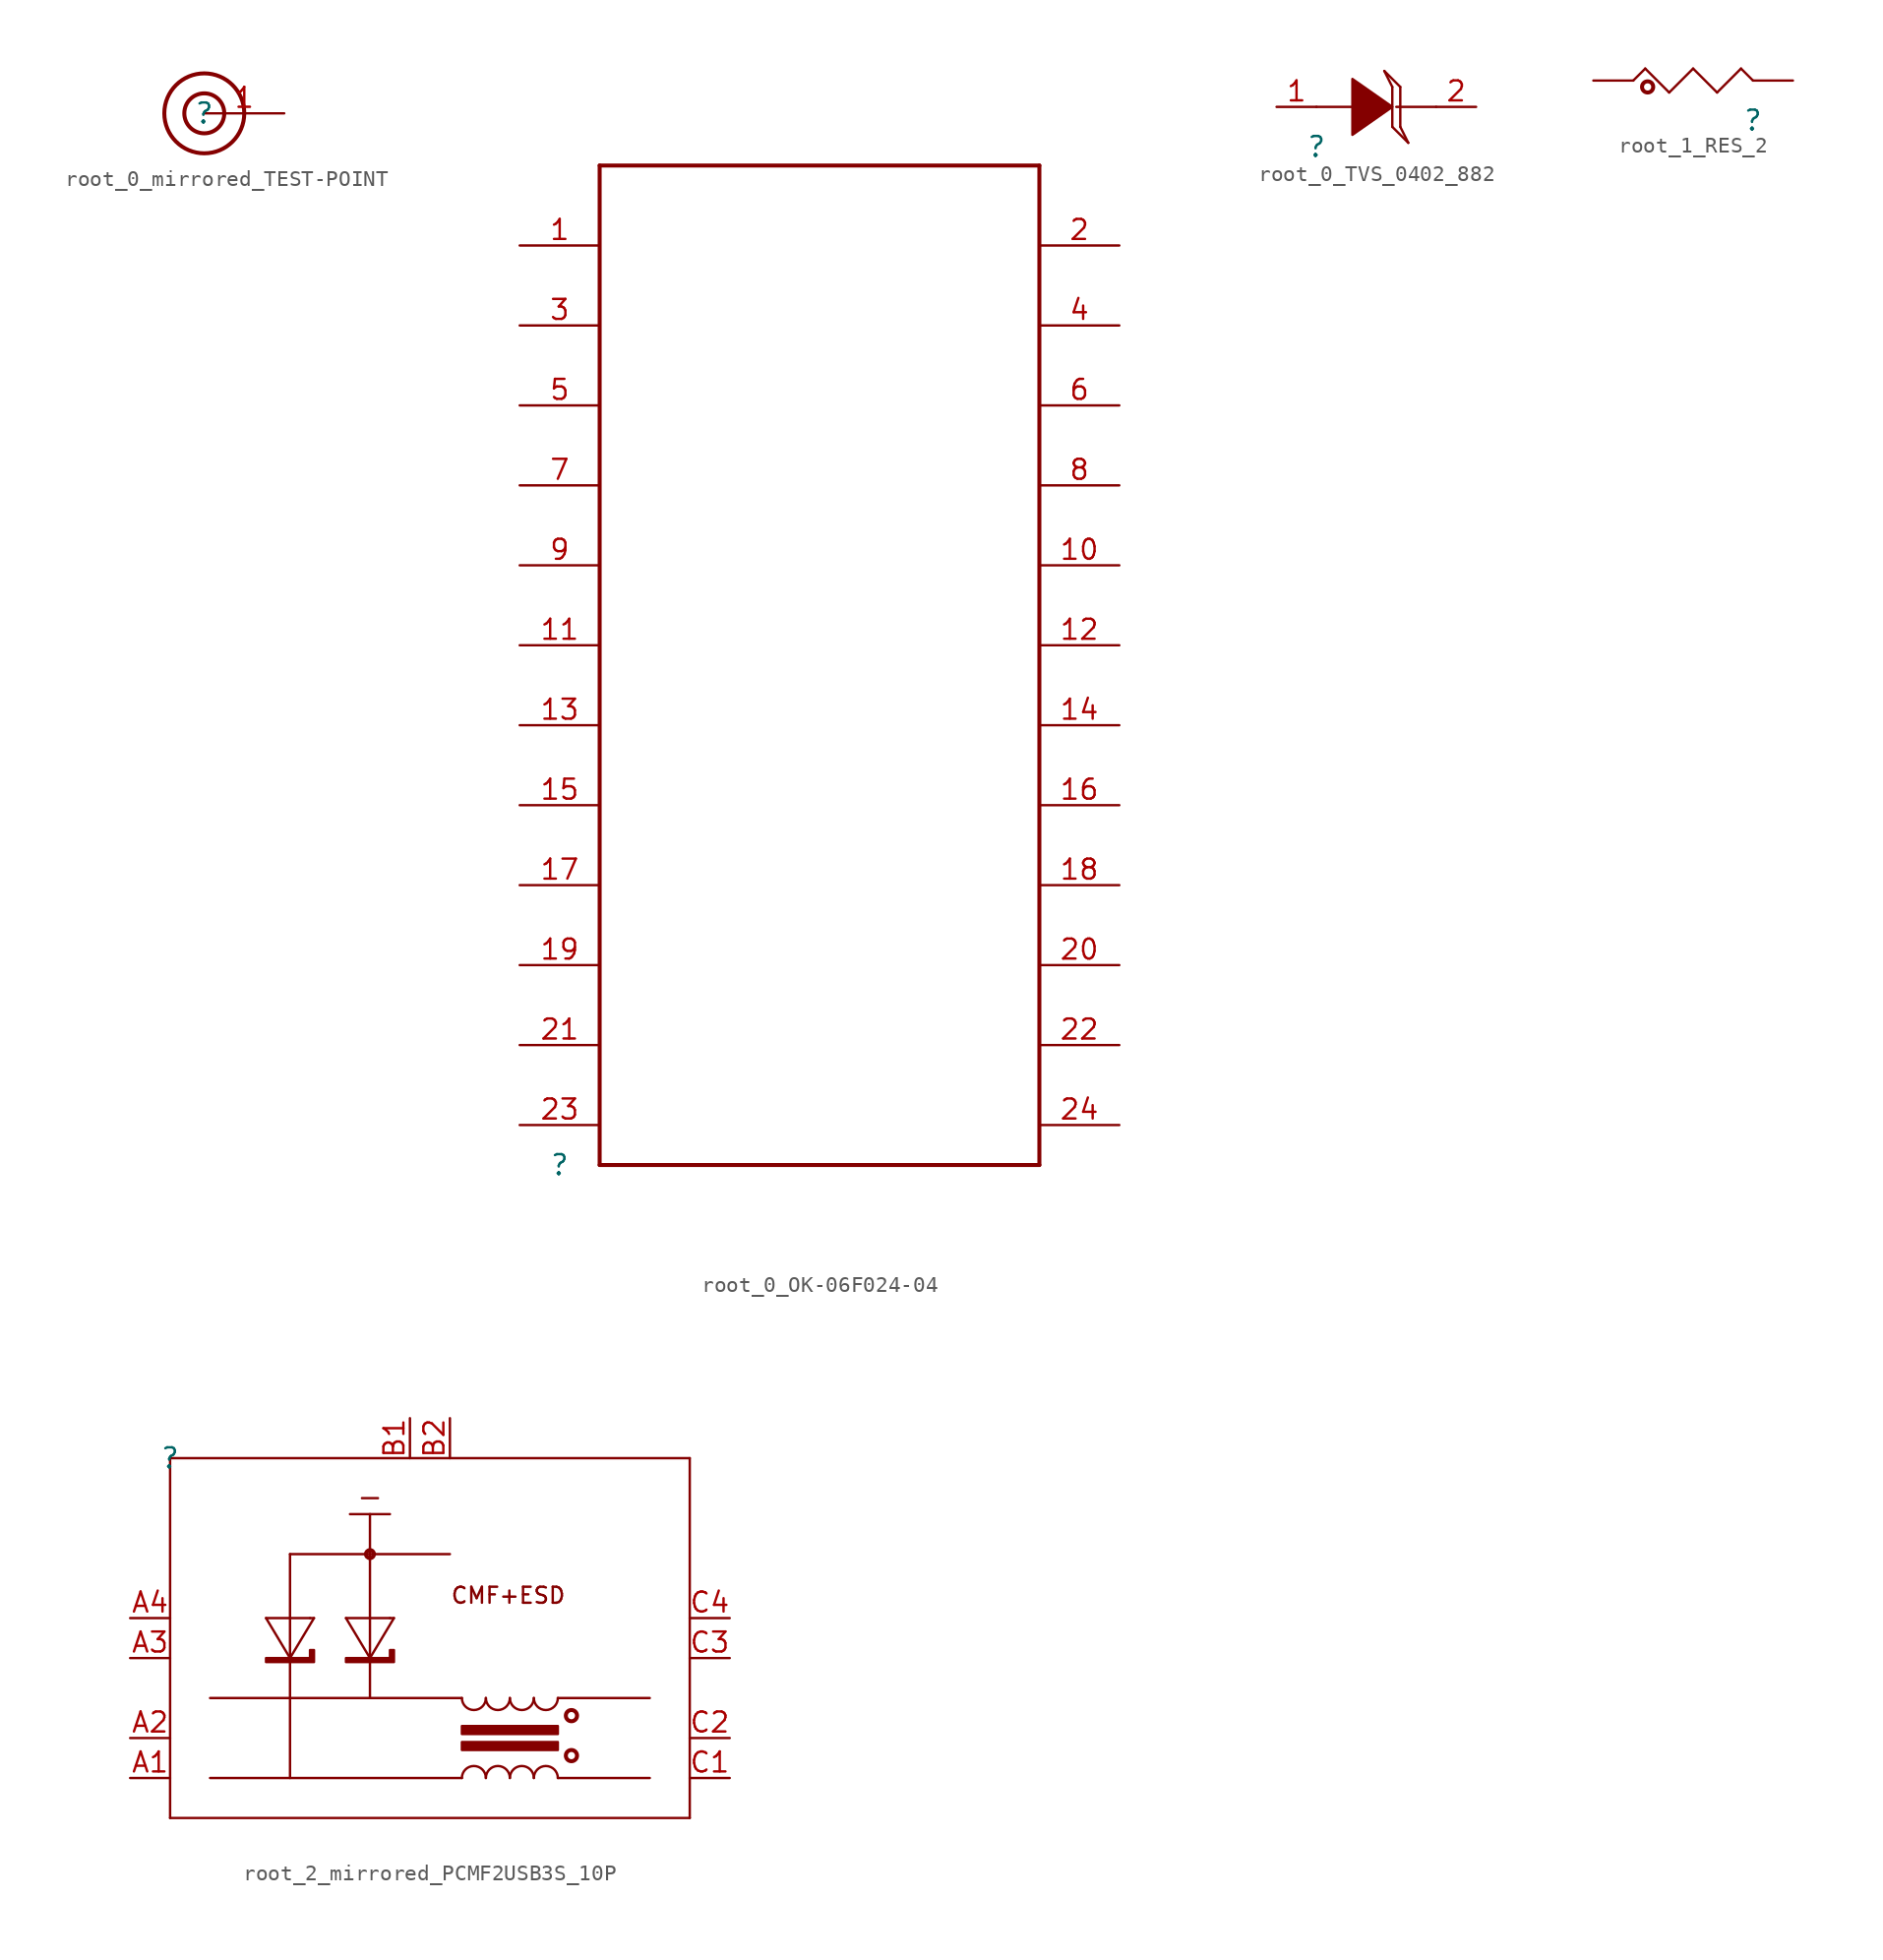
<source format=kicad_sym>
(kicad_symbol_lib
  (version 20220914)
  (generator kicad_symbol_editor)
  (symbol "root_0_mirrored_TEST-POINT"
    (property "Reference" ""
      (at 0 0 0)
      (effects (font (size 1.27 1.27))))
    (property "Value" ""
      (at 0 0 0)
      (effects (font (size 1.27 1.27))))
    (symbol "root_0_mirrored_TEST-POINT_1_0"
      (circle (center 0 0) (radius 1.27) (stroke (width 0.254) (type solid)) (fill (type none)))
      (circle (center 0 0) (radius 2.54) (stroke (width 0.254) (type solid)) (fill (type none)))
      (pin passive line (at 5.08 0 180) (length 5.08) (name "1" (effects (font (size 0 0)))) (number "1" (effects (font (size 1.27 1.27)))))))
  (symbol "root_0_OK-06F024-04"
    (property "Reference" ""
      (at 0 0 0)
      (effects (font (size 1.27 1.27))))
    (property "Value" ""
      (at 0 0 0)
      (effects (font (size 1.27 1.27))))
    (symbol "root_0_OK-06F024-04_1_0"
      (polyline (pts (xy 2.54 0) (xy 30.48 0)) (stroke (width 0.254) (type solid)) (fill (type none)))
      (polyline (pts (xy 2.54 63.5) (xy 2.54 0)) (stroke (width 0.254) (type solid)) (fill (type none)))
      (polyline (pts (xy 30.48 0) (xy 30.48 63.5)) (stroke (width 0.254) (type solid)) (fill (type none)))
      (polyline (pts (xy 30.48 63.5) (xy 2.54 63.5)) (stroke (width 0.254) (type solid)) (fill (type none)))
      (pin passive line (at -2.54 58.42 0) (length 5.08) (name "1" (effects (font (size 0 0)))) (number "1" (effects (font (size 1.27 1.27)))))
      (pin passive line (at 35.56 38.1 180) (length 5.08) (name "10" (effects (font (size 0 0)))) (number "10" (effects (font (size 1.27 1.27)))))
      (pin passive line (at -2.54 33.02 0) (length 5.08) (name "11" (effects (font (size 0 0)))) (number "11" (effects (font (size 1.27 1.27)))))
      (pin passive line (at 35.56 33.02 180) (length 5.08) (name "12" (effects (font (size 0 0)))) (number "12" (effects (font (size 1.27 1.27)))))
      (pin passive line (at -2.54 27.94 0) (length 5.08) (name "13" (effects (font (size 0 0)))) (number "13" (effects (font (size 1.27 1.27)))))
      (pin passive line (at 35.56 27.94 180) (length 5.08) (name "14" (effects (font (size 0 0)))) (number "14" (effects (font (size 1.27 1.27)))))
      (pin passive line (at -2.54 22.86 0) (length 5.08) (name "15" (effects (font (size 0 0)))) (number "15" (effects (font (size 1.27 1.27)))))
      (pin passive line (at 35.56 22.86 180) (length 5.08) (name "16" (effects (font (size 0 0)))) (number "16" (effects (font (size 1.27 1.27)))))
      (pin passive line (at -2.54 17.78 0) (length 5.08) (name "17" (effects (font (size 0 0)))) (number "17" (effects (font (size 1.27 1.27)))))
      (pin passive line (at 35.56 17.78 180) (length 5.08) (name "18" (effects (font (size 0 0)))) (number "18" (effects (font (size 1.27 1.27)))))
      (pin passive line (at -2.54 12.7 0) (length 5.08) (name "19" (effects (font (size 0 0)))) (number "19" (effects (font (size 1.27 1.27)))))
      (pin passive line (at 35.56 58.42 180) (length 5.08) (name "2" (effects (font (size 0 0)))) (number "2" (effects (font (size 1.27 1.27)))))
      (pin passive line (at 35.56 12.7 180) (length 5.08) (name "20" (effects (font (size 0 0)))) (number "20" (effects (font (size 1.27 1.27)))))
      (pin passive line (at -2.54 7.62 0) (length 5.08) (name "21" (effects (font (size 0 0)))) (number "21" (effects (font (size 1.27 1.27)))))
      (pin passive line (at 35.56 7.62 180) (length 5.08) (name "22" (effects (font (size 0 0)))) (number "22" (effects (font (size 1.27 1.27)))))
      (pin passive line (at -2.54 2.54 0) (length 5.08) (name "23" (effects (font (size 0 0)))) (number "23" (effects (font (size 1.27 1.27)))))
      (pin passive line (at 35.56 2.54 180) (length 5.08) (name "24" (effects (font (size 0 0)))) (number "24" (effects (font (size 1.27 1.27)))))
      (pin passive line (at -2.54 53.34 0) (length 5.08) (name "3" (effects (font (size 0 0)))) (number "3" (effects (font (size 1.27 1.27)))))
      (pin passive line (at 35.56 53.34 180) (length 5.08) (name "4" (effects (font (size 0 0)))) (number "4" (effects (font (size 1.27 1.27)))))
      (pin passive line (at -2.54 48.26 0) (length 5.08) (name "5" (effects (font (size 0 0)))) (number "5" (effects (font (size 1.27 1.27)))))
      (pin passive line (at 35.56 48.26 180) (length 5.08) (name "6" (effects (font (size 0 0)))) (number "6" (effects (font (size 1.27 1.27)))))
      (pin passive line (at -2.54 43.18 0) (length 5.08) (name "7" (effects (font (size 0 0)))) (number "7" (effects (font (size 1.27 1.27)))))
      (pin passive line (at 35.56 43.18 180) (length 5.08) (name "8" (effects (font (size 0 0)))) (number "8" (effects (font (size 1.27 1.27)))))
      (pin passive line (at -2.54 38.1 0) (length 5.08) (name "9" (effects (font (size 0 0)))) (number "9" (effects (font (size 1.27 1.27)))))))
  (symbol "root_0_TVS_0402_882"
    (property "Reference" ""
      (at 0 0 0)
      (effects (font (size 1.27 1.27))))
    (property "Value" ""
      (at 0 0 0)
      (effects (font (size 1.27 1.27))))
    (symbol "root_0_TVS_0402_882_1_0"
      (polyline (pts (xy 0 2.54) (xy 2.54 2.54)) (stroke (width 0) (type solid)) (fill (type none)))
      (polyline (pts (xy 4.826 1.27) (xy 4.826 3.81)) (stroke (width 0) (type solid)) (fill (type none)))
      (polyline (pts (xy 4.826 1.27) (xy 5.842 0.254)) (stroke (width 0) (type solid)) (fill (type none)))
      (polyline (pts (xy 4.826 3.81) (xy 4.318 4.826)) (stroke (width 0) (type solid)) (fill (type none)))
      (polyline (pts (xy 5.08 2.54) (xy 7.62 2.54)) (stroke (width 0) (type solid)) (fill (type none)))
      (polyline (pts (xy 5.334 1.27) (xy 5.334 3.81)) (stroke (width 0) (type solid)) (fill (type none)))
      (polyline (pts (xy 5.334 1.27) (xy 5.842 0.254)) (stroke (width 0) (type solid)) (fill (type none)))
      (polyline (pts (xy 5.334 3.81) (xy 4.318 4.826)) (stroke (width 0) (type solid)) (fill (type none)))
      (polyline (pts (xy 4.826 2.54) (xy 4.826 2.54) (xy 2.286 0.762) (xy 2.286 4.318) (xy 4.826 2.54) (xy 4.826 2.54)) (stroke (width 0) (type solid)) (fill (type outline)))
      (pin passive line (at -2.54 2.54 0) (length 2.54) (name "A1" (effects (font (size 0 0)))) (number "1" (effects (font (size 1.27 1.27)))))
      (pin passive line (at 10.16 2.54 180) (length 2.54) (name "A2" (effects (font (size 0 0)))) (number "2" (effects (font (size 1.27 1.27)))))))
  (symbol "root_1_RES_2"
    (property "Reference" ""
      (at 0 0 0)
      (effects (font (size 1.27 1.27))))
    (property "Value" ""
      (at 0 0 0)
      (effects (font (size 1.27 1.27))))
    (symbol "root_1_RES_2_1_0"
      (circle (center -6.706 2.134) (radius 0.356) (stroke (width 0.254) (type solid)) (fill (type none)))
      (polyline (pts (xy -7.62 2.54) (xy -6.858 3.302)) (stroke (width 0) (type solid)) (fill (type none)))
      (polyline (pts (xy -6.858 3.302) (xy -5.334 1.778)) (stroke (width 0) (type solid)) (fill (type none)))
      (polyline (pts (xy -5.334 1.778) (xy -3.81 3.302)) (stroke (width 0) (type solid)) (fill (type none)))
      (polyline (pts (xy -3.81 3.302) (xy -2.286 1.778)) (stroke (width 0) (type solid)) (fill (type none)))
      (polyline (pts (xy -2.286 1.778) (xy -0.762 3.302)) (stroke (width 0) (type solid)) (fill (type none)))
      (polyline (pts (xy -0.762 3.302) (xy 0 2.54)) (stroke (width 0) (type solid)) (fill (type none)))
      (pin passive line (at -10.16 2.54 0) (length 2.54) (name "1" (effects (font (size 0 0)))) (number "1" (effects (font (size 0 0)))))
      (pin passive line (at 2.54 2.54 180) (length 2.54) (name "2" (effects (font (size 0 0)))) (number "2" (effects (font (size 0 0)))))))
  (symbol "root_2_mirrored_PCMF2USB3S_10P"
    (property "Reference" ""
      (at 0 0 0)
      (effects (font (size 1.27 1.27))))
    (property "Value" ""
      (at 0 0 0)
      (effects (font (size 1.27 1.27))))
    (symbol "root_2_mirrored_PCMF2USB3S_10P_1_0"
      (polyline (pts (xy 0 -22.86) (xy 33.02 -22.86)) (stroke (width 0) (type solid)) (fill (type none)))
      (polyline (pts (xy 0 0) (xy 0 -22.86)) (stroke (width 0) (type solid)) (fill (type none)))
      (polyline (pts (xy 6.096 -10.16) (xy 8.89 -10.16)) (stroke (width 0) (type solid)) (fill (type none)))
      (polyline (pts (xy 7.62 -12.7) (xy 6.096 -10.16)) (stroke (width 0) (type solid)) (fill (type none)))
      (polyline (pts (xy 7.62 -12.7) (xy 7.62 -12.7)) (stroke (width 0) (type solid)) (fill (type none)))
      (polyline (pts (xy 7.62 -6.096) (xy 7.62 -20.32)) (stroke (width 0) (type solid)) (fill (type none)))
      (polyline (pts (xy 7.62 -6.096) (xy 17.78 -6.096)) (stroke (width 0) (type solid)) (fill (type none)))
      (polyline (pts (xy 8.89 -10.16) (xy 9.144 -10.16)) (stroke (width 0) (type solid)) (fill (type none)))
      (polyline (pts (xy 9.144 -10.16) (xy 7.62 -12.7)) (stroke (width 0) (type solid)) (fill (type none)))
      (polyline (pts (xy 11.176 -10.16) (xy 13.97 -10.16)) (stroke (width 0) (type solid)) (fill (type none)))
      (polyline (pts (xy 11.43 -3.556) (xy 13.97 -3.556)) (stroke (width 0) (type solid)) (fill (type none)))
      (polyline (pts (xy 12.192 -2.54) (xy 13.208 -2.54)) (stroke (width 0) (type solid)) (fill (type none)))
      (polyline (pts (xy 12.7 -12.7) (xy 11.176 -10.16)) (stroke (width 0) (type solid)) (fill (type none)))
      (polyline (pts (xy 12.7 -12.7) (xy 12.7 -12.7)) (stroke (width 0) (type solid)) (fill (type none)))
      (polyline (pts (xy 12.7 -3.556) (xy 12.7 -15.24)) (stroke (width 0) (type solid)) (fill (type none)))
      (polyline (pts (xy 13.97 -10.16) (xy 14.224 -10.16)) (stroke (width 0) (type solid)) (fill (type none)))
      (polyline (pts (xy 14.224 -10.16) (xy 12.7 -12.7)) (stroke (width 0) (type solid)) (fill (type none)))
      (polyline (pts (xy 18.542 -20.32) (xy 2.54 -20.32)) (stroke (width 0) (type solid)) (fill (type none)))
      (polyline (pts (xy 18.542 -15.24) (xy 2.54 -15.24)) (stroke (width 0) (type solid)) (fill (type none)))
      (polyline (pts (xy 24.638 -20.32) (xy 30.48 -20.32)) (stroke (width 0) (type solid)) (fill (type none)))
      (polyline (pts (xy 24.638 -15.24) (xy 30.48 -15.24)) (stroke (width 0) (type solid)) (fill (type none)))
      (polyline (pts (xy 33.02 -22.86) (xy 33.02 0)) (stroke (width 0) (type solid)) (fill (type none)))
      (polyline (pts (xy 33.02 0) (xy 0 0)) (stroke (width 0) (type solid)) (fill (type none)))
      (polyline (pts (xy 18.542 -18.034) (xy 18.542 -18.542) (xy 24.638 -18.542) (xy 24.638 -18.034) (xy 18.542 -18.034) (xy 18.542 -18.034)) (stroke (width 0) (type solid)) (fill (type outline)))
      (polyline (pts (xy 18.542 -17.018) (xy 18.542 -17.526) (xy 24.638 -17.526) (xy 24.638 -17.018) (xy 18.542 -17.018) (xy 18.542 -17.018)) (stroke (width 0) (type solid)) (fill (type outline)))
      (polyline (pts (xy 6.096 -12.7) (xy 6.096 -12.7) (xy 8.89 -12.7) (xy 8.89 -12.192) (xy 9.144 -12.192) (xy 9.144 -12.954) (xy 6.096 -12.954) (xy 6.096 -12.7) (xy 6.096 -12.7)) (stroke (width 0) (type solid)) (fill (type outline)))
      (polyline (pts (xy 11.176 -12.7) (xy 11.176 -12.7) (xy 13.97 -12.7) (xy 13.97 -12.192) (xy 14.224 -12.192) (xy 14.224 -12.954) (xy 11.176 -12.954) (xy 11.176 -12.7) (xy 11.176 -12.7)) (stroke (width 0) (type solid)) (fill (type outline)))
      (circle (center 12.7 -6.096) (radius 0.254) (stroke (width 0.254) (type solid)) (fill (type none)))
      (arc (start 18.542 -15.24) (mid 19.304 -16.002) (end 20.066 -15.24) (stroke (width 0) (type solid)) (fill (type none)))
      (arc (start 20.066 -20.32) (mid 19.304 -19.558) (end 18.542 -20.32) (stroke (width 0) (type solid)) (fill (type none)))
      (arc (start 20.066 -15.24) (mid 20.828 -16.002) (end 21.59 -15.24) (stroke (width 0) (type solid)) (fill (type none)))
      (arc (start 21.59 -20.32) (mid 20.828 -19.558) (end 20.066 -20.32) (stroke (width 0) (type solid)) (fill (type none)))
      (arc (start 21.59 -15.24) (mid 22.352 -16.002) (end 23.114 -15.24) (stroke (width 0) (type solid)) (fill (type none)))
      (arc (start 23.114 -20.32) (mid 22.352 -19.558) (end 21.59 -20.32) (stroke (width 0) (type solid)) (fill (type none)))
      (arc (start 23.114 -15.24) (mid 23.876 -16.002) (end 24.638 -15.24) (stroke (width 0) (type solid)) (fill (type none)))
      (arc (start 24.638 -20.32) (mid 23.876 -19.558) (end 23.114 -20.32) (stroke (width 0) (type solid)) (fill (type none)))
      (circle (center 25.502 -18.898) (radius 0.356) (stroke (width 0.254) (type solid)) (fill (type none)))
      (circle (center 25.502 -16.358) (radius 0.356) (stroke (width 0.254) (type solid)) (fill (type none)))
      (text "CMF+ESD" (at 17.78 -8.128 0) (effects (font (size 1.016 1.016)) (justify left top)))
      (pin passive line (at -2.54 -20.32 0) (length 2.54) (name "CH1_IN+" (effects (font (size 0 0)))) (number "A1" (effects (font (size 1.27 1.27)))))
      (pin passive line (at -2.54 -17.78 0) (length 2.54) (name "CH1_IN-" (effects (font (size 0 0)))) (number "A2" (effects (font (size 1.27 1.27)))))
      (pin passive line (at -2.54 -12.7 0) (length 2.54) (name "CH2_IN+" (effects (font (size 0 0)))) (number "A3" (effects (font (size 1.27 1.27)))))
      (pin passive line (at -2.54 -10.16 0) (length 2.54) (name "CH2_IN-" (effects (font (size 0 0)))) (number "A4" (effects (font (size 1.27 1.27)))))
      (pin power_in line (at 15.24 2.54 270) (length 2.54) (name "GND_CH1" (effects (font (size 0 0)))) (number "B1" (effects (font (size 1.27 1.27)))))
      (pin power_in line (at 17.78 2.54 270) (length 2.54) (name "GND_CH2" (effects (font (size 0 0)))) (number "B2" (effects (font (size 1.27 1.27)))))
      (pin passive line (at 35.56 -20.32 180) (length 2.54) (name "CH1_OUT+" (effects (font (size 0 0)))) (number "C1" (effects (font (size 1.27 1.27)))))
      (pin passive line (at 35.56 -17.78 180) (length 2.54) (name "CH1_OUT-" (effects (font (size 0 0)))) (number "C2" (effects (font (size 1.27 1.27)))))
      (pin passive line (at 35.56 -12.7 180) (length 2.54) (name "CH2_OUT+" (effects (font (size 0 0)))) (number "C3" (effects (font (size 1.27 1.27)))))
      (pin passive line (at 35.56 -10.16 180) (length 2.54) (name "CH2_OUT-" (effects (font (size 0 0)))) (number "C4" (effects (font (size 1.27 1.27))))))))
</source>
